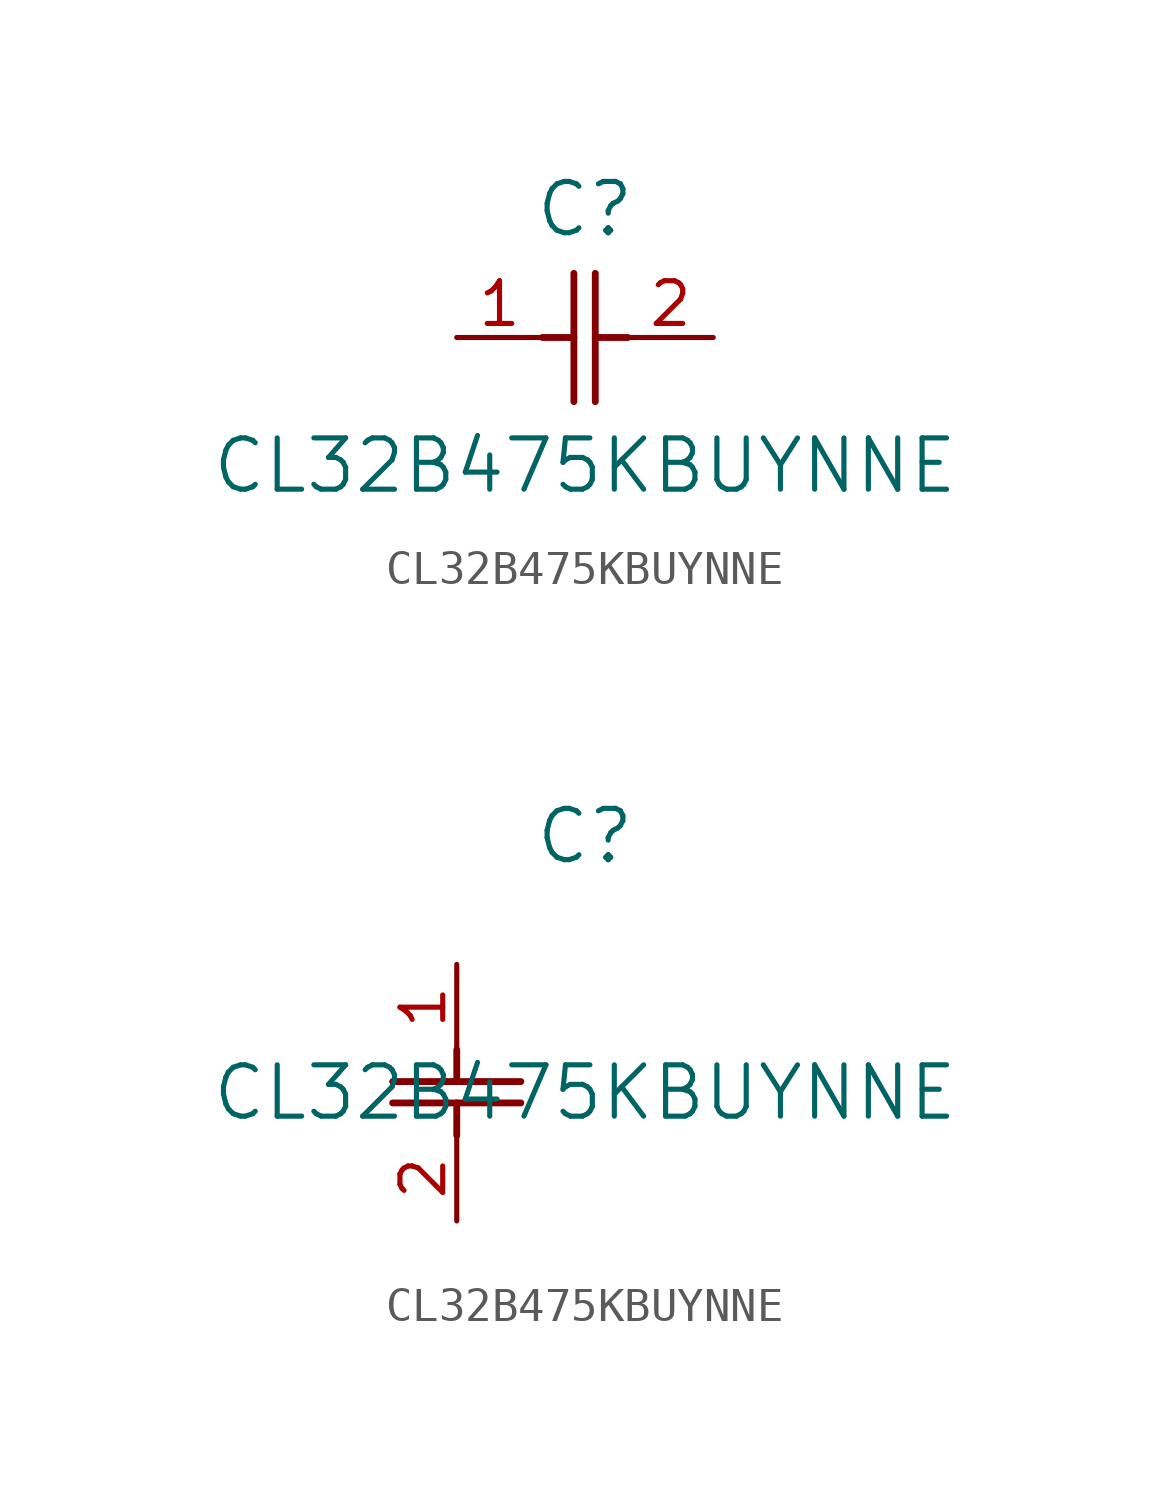
<source format=kicad_sym>
(kicad_symbol_lib
  (version 20211014)
  (generator kicad_symbol_editor)
  (symbol "CL32B475KBUYNNE"
    (pin_names
      (offset 0.254))
    (property "Reference" "C"
      (at 3.81 3.81 0)
      (effects (font (size 1.524 1.524))))
    (property "Value" "CL32B475KBUYNNE"
      (at 3.81 -3.81 0)
      (effects (font (size 1.524 1.524))))
    (symbol "CL32B475KBUYNNE_1_1"
      (polyline (pts (xy 3.48 -1.905) (xy 3.48 1.905)) (stroke (width 0.203) (type default) (color 0 0 0 0)) (fill (type none)))
      (polyline (pts (xy 4.115 -1.905) (xy 4.115 1.905)) (stroke (width 0.203) (type default) (color 0 0 0 0)) (fill (type none)))
      (polyline (pts (xy 4.115 0) (xy 5.08 0)) (stroke (width 0.203) (type default) (color 0 0 0 0)) (fill (type none)))
      (polyline (pts (xy 2.54 0) (xy 3.48 0)) (stroke (width 0.203) (type default) (color 0 0 0 0)) (fill (type none)))
      (pin unspecified line (at 0 0 0) (length 2.54) (name "" (effects (font (size 1.27 1.27)))) (number "1" (effects (font (size 1.27 1.27)))))
      (pin unspecified line (at 7.62 0 180) (length 2.54) (name "" (effects (font (size 1.27 1.27)))) (number "2" (effects (font (size 1.27 1.27))))))
    (symbol "CL32B475KBUYNNE_1_2"
      (polyline (pts (xy -1.905 -3.48) (xy 1.905 -3.48)) (stroke (width 0.203) (type default) (color 0 0 0 0)) (fill (type none)))
      (polyline (pts (xy -1.905 -4.115) (xy 1.905 -4.115)) (stroke (width 0.203) (type default) (color 0 0 0 0)) (fill (type none)))
      (polyline (pts (xy 0 -4.115) (xy 0 -5.08)) (stroke (width 0.203) (type default) (color 0 0 0 0)) (fill (type none)))
      (polyline (pts (xy 0 -2.54) (xy 0 -3.48)) (stroke (width 0.203) (type default) (color 0 0 0 0)) (fill (type none)))
      (pin unspecified line (at 0 0 270) (length 2.54) (name "" (effects (font (size 1.27 1.27)))) (number "1" (effects (font (size 1.27 1.27)))))
      (pin unspecified line (at 0 -7.62 90) (length 2.54) (name "" (effects (font (size 1.27 1.27)))) (number "2" (effects (font (size 1.27 1.27))))))))
</source>
